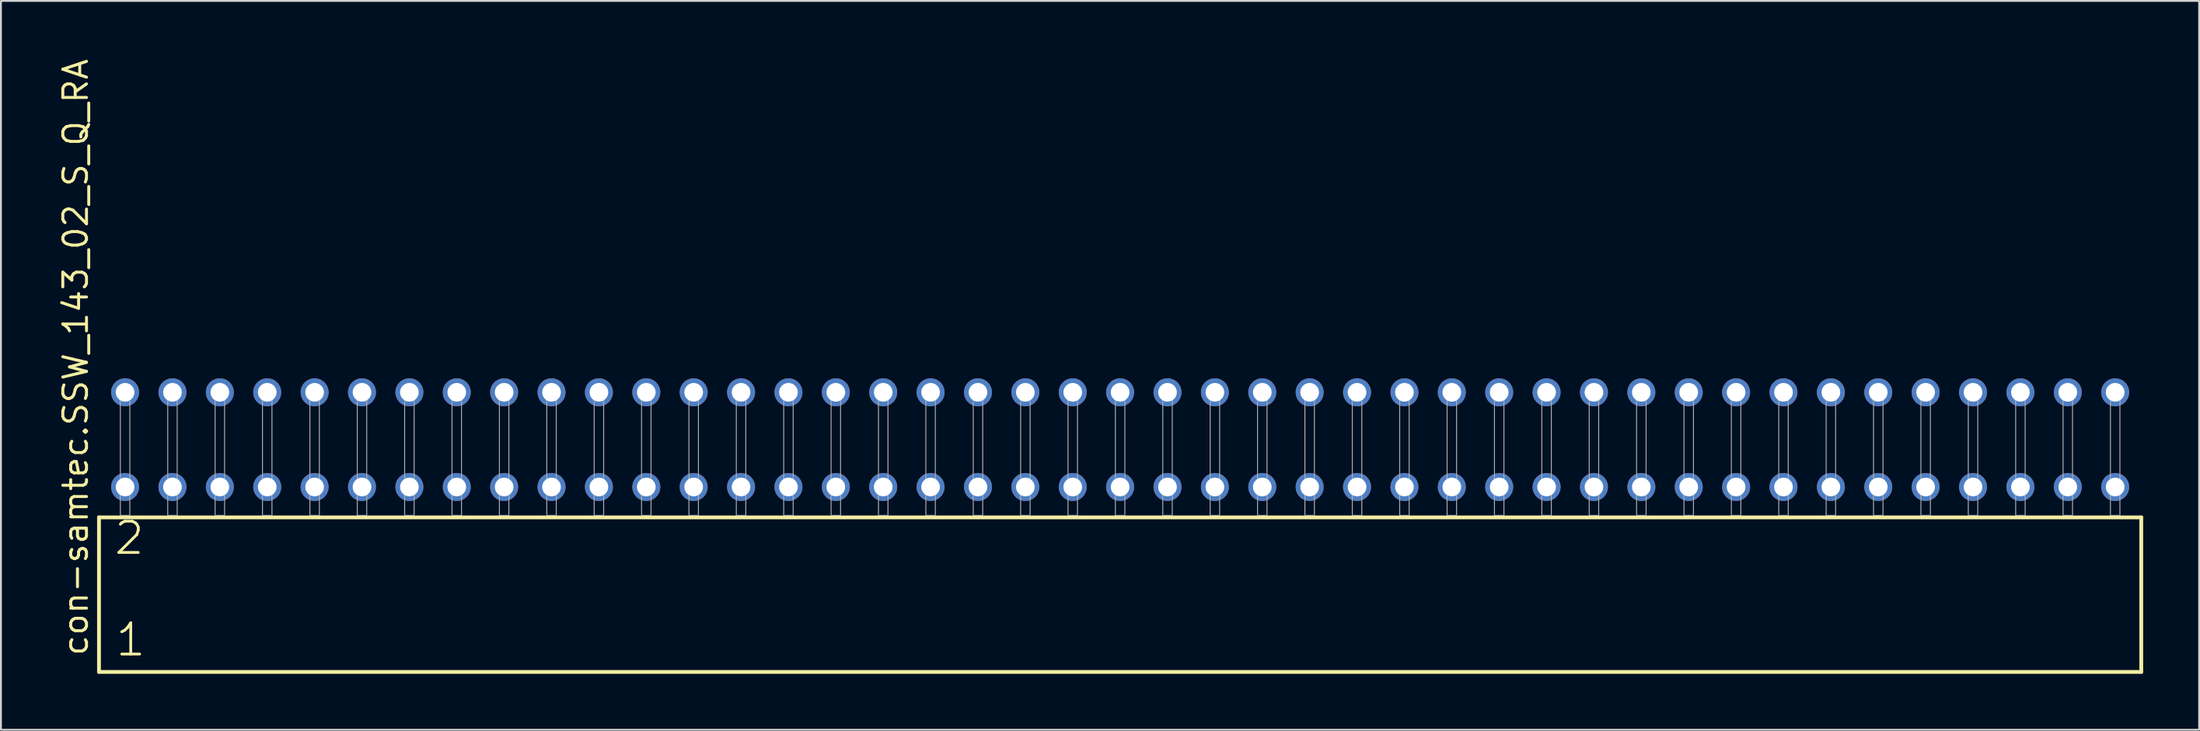
<source format=kicad_pcb>
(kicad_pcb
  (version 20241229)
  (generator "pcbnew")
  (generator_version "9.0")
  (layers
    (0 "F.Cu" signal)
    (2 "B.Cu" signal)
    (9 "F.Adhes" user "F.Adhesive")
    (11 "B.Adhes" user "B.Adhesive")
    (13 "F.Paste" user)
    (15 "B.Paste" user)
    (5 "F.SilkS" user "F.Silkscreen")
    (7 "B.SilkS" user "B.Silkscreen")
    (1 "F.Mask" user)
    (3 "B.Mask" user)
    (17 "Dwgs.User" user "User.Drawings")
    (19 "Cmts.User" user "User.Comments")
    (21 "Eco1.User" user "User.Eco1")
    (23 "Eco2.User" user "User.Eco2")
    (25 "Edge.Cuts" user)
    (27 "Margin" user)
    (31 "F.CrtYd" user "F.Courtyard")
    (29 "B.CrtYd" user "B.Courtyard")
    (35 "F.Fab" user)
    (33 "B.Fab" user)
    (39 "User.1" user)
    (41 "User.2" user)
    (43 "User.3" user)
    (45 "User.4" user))
  (footprint "con-samtec.SSW_143_02_S_Q_RA"
    (layer "F.Cu")
    (at 56.995 24.598)
    (property "Reference" "con-samtec.SSW_143_02_S_Q_RA" (at -55.245 7.62 90) (layer "F.SilkS") (effects (font (size 1.27 1.27) (thickness 0.16)) (justify left bottom)))
    (attr through_hole)
    (fp_line (start -54.739 0.106) (end -54.739 8.396) (stroke (width 0.203) (type default)) (layer "F.SilkS"))
    (fp_line (start -54.739 8.396) (end 54.739 8.396) (stroke (width 0.203) (type default)) (layer "F.SilkS"))
    (fp_line (start 54.739 0.106) (end -54.739 0.106) (stroke (width 0.203) (type default)) (layer "F.SilkS"))
    (fp_line (start 54.739 8.396) (end 54.739 0.106) (stroke (width 0.203) (type default)) (layer "F.SilkS"))
    (fp_rect (start -53.594 0) (end -53.086 -6.858) (stroke (width 0.05) (type default)) (fill no) (layer "F.Fab"))
    (fp_rect (start -51.054 0) (end -50.546 -6.858) (stroke (width 0.05) (type default)) (fill no) (layer "F.Fab"))
    (fp_rect (start -48.514 0) (end -48.006 -6.858) (stroke (width 0.05) (type default)) (fill no) (layer "F.Fab"))
    (fp_rect (start -45.974 0) (end -45.466 -6.858) (stroke (width 0.05) (type default)) (fill no) (layer "F.Fab"))
    (fp_rect (start -43.434 0) (end -42.926 -6.858) (stroke (width 0.05) (type default)) (fill no) (layer "F.Fab"))
    (fp_rect (start -40.894 0) (end -40.386 -6.858) (stroke (width 0.05) (type default)) (fill no) (layer "F.Fab"))
    (fp_rect (start -38.354 0) (end -37.846 -6.858) (stroke (width 0.05) (type default)) (fill no) (layer "F.Fab"))
    (fp_rect (start -35.814 0) (end -35.306 -6.858) (stroke (width 0.05) (type default)) (fill no) (layer "F.Fab"))
    (fp_rect (start -33.274 0) (end -32.766 -6.858) (stroke (width 0.05) (type default)) (fill no) (layer "F.Fab"))
    (fp_rect (start -30.734 0) (end -30.226 -6.858) (stroke (width 0.05) (type default)) (fill no) (layer "F.Fab"))
    (fp_rect (start -28.194 0) (end -27.686 -6.858) (stroke (width 0.05) (type default)) (fill no) (layer "F.Fab"))
    (fp_rect (start -25.654 0) (end -25.146 -6.858) (stroke (width 0.05) (type default)) (fill no) (layer "F.Fab"))
    (fp_rect (start -23.114 0) (end -22.606 -6.858) (stroke (width 0.05) (type default)) (fill no) (layer "F.Fab"))
    (fp_rect (start -20.574 0) (end -20.066 -6.858) (stroke (width 0.05) (type default)) (fill no) (layer "F.Fab"))
    (fp_rect (start -18.034 0) (end -17.526 -6.858) (stroke (width 0.05) (type default)) (fill no) (layer "F.Fab"))
    (fp_rect (start -15.494 0) (end -14.986 -6.858) (stroke (width 0.05) (type default)) (fill no) (layer "F.Fab"))
    (fp_rect (start -12.954 0) (end -12.446 -6.858) (stroke (width 0.05) (type default)) (fill no) (layer "F.Fab"))
    (fp_rect (start -10.414 0) (end -9.906 -6.858) (stroke (width 0.05) (type default)) (fill no) (layer "F.Fab"))
    (fp_rect (start -7.874 0) (end -7.366 -6.858) (stroke (width 0.05) (type default)) (fill no) (layer "F.Fab"))
    (fp_rect (start -5.334 0) (end -4.826 -6.858) (stroke (width 0.05) (type default)) (fill no) (layer "F.Fab"))
    (fp_rect (start -2.794 0) (end -2.286 -6.858) (stroke (width 0.05) (type default)) (fill no) (layer "F.Fab"))
    (fp_rect (start -0.254 0) (end 0.254 -6.858) (stroke (width 0.05) (type default)) (fill no) (layer "F.Fab"))
    (fp_rect (start 2.286 0) (end 2.794 -6.858) (stroke (width 0.05) (type default)) (fill no) (layer "F.Fab"))
    (fp_rect (start 4.826 0) (end 5.334 -6.858) (stroke (width 0.05) (type default)) (fill no) (layer "F.Fab"))
    (fp_rect (start 7.366 0) (end 7.874 -6.858) (stroke (width 0.05) (type default)) (fill no) (layer "F.Fab"))
    (fp_rect (start 9.906 0) (end 10.414 -6.858) (stroke (width 0.05) (type default)) (fill no) (layer "F.Fab"))
    (fp_rect (start 12.446 0) (end 12.954 -6.858) (stroke (width 0.05) (type default)) (fill no) (layer "F.Fab"))
    (fp_rect (start 14.986 0) (end 15.494 -6.858) (stroke (width 0.05) (type default)) (fill no) (layer "F.Fab"))
    (fp_rect (start 17.526 0) (end 18.034 -6.858) (stroke (width 0.05) (type default)) (fill no) (layer "F.Fab"))
    (fp_rect (start 20.066 0) (end 20.574 -6.858) (stroke (width 0.05) (type default)) (fill no) (layer "F.Fab"))
    (fp_rect (start 22.606 0) (end 23.114 -6.858) (stroke (width 0.05) (type default)) (fill no) (layer "F.Fab"))
    (fp_rect (start 25.146 0) (end 25.654 -6.858) (stroke (width 0.05) (type default)) (fill no) (layer "F.Fab"))
    (fp_rect (start 27.686 0) (end 28.194 -6.858) (stroke (width 0.05) (type default)) (fill no) (layer "F.Fab"))
    (fp_rect (start 30.226 0) (end 30.734 -6.858) (stroke (width 0.05) (type default)) (fill no) (layer "F.Fab"))
    (fp_rect (start 32.766 0) (end 33.274 -6.858) (stroke (width 0.05) (type default)) (fill no) (layer "F.Fab"))
    (fp_rect (start 35.306 0) (end 35.814 -6.858) (stroke (width 0.05) (type default)) (fill no) (layer "F.Fab"))
    (fp_rect (start 37.846 0) (end 38.354 -6.858) (stroke (width 0.05) (type default)) (fill no) (layer "F.Fab"))
    (fp_rect (start 40.386 0) (end 40.894 -6.858) (stroke (width 0.05) (type default)) (fill no) (layer "F.Fab"))
    (fp_rect (start 42.926 0) (end 43.434 -6.858) (stroke (width 0.05) (type default)) (fill no) (layer "F.Fab"))
    (fp_rect (start 45.466 0) (end 45.974 -6.858) (stroke (width 0.05) (type default)) (fill no) (layer "F.Fab"))
    (fp_rect (start 48.006 0) (end 48.514 -6.858) (stroke (width 0.05) (type default)) (fill no) (layer "F.Fab"))
    (fp_rect (start 50.546 0) (end 51.054 -6.858) (stroke (width 0.05) (type default)) (fill no) (layer "F.Fab"))
    (fp_rect (start 53.086 0) (end 53.594 -6.858) (stroke (width 0.05) (type default)) (fill no) (layer "F.Fab"))
    (fp_text user "2" (at -54.01 2.2 0) (layer "F.SilkS") (effects (font (size 1.676 1.676) (thickness 0.15)) (justify left bottom)))
    (fp_text user "1" (at -53.935 7.65 0) (layer "F.SilkS") (effects (font (size 1.676 1.676) (thickness 0.15)) (justify left bottom)))
    (pad "1" thru_hole circle (at -53.34 -1.524) (size 1.5 1.5) (drill 1) (layers "*.Cu" "*.Mask"))
    (pad "2" thru_hole circle (at -53.34 -6.604) (size 1.5 1.5) (drill 1) (layers "*.Cu" "*.Mask"))
    (pad "3" thru_hole circle (at -50.8 -1.524) (size 1.5 1.5) (drill 1) (layers "*.Cu" "*.Mask"))
    (pad "4" thru_hole circle (at -50.8 -6.604) (size 1.5 1.5) (drill 1) (layers "*.Cu" "*.Mask"))
    (pad "5" thru_hole circle (at -48.26 -1.524) (size 1.5 1.5) (drill 1) (layers "*.Cu" "*.Mask"))
    (pad "6" thru_hole circle (at -48.26 -6.604) (size 1.5 1.5) (drill 1) (layers "*.Cu" "*.Mask"))
    (pad "7" thru_hole circle (at -45.72 -1.524) (size 1.5 1.5) (drill 1) (layers "*.Cu" "*.Mask"))
    (pad "8" thru_hole circle (at -45.72 -6.604) (size 1.5 1.5) (drill 1) (layers "*.Cu" "*.Mask"))
    (pad "9" thru_hole circle (at -43.18 -1.524) (size 1.5 1.5) (drill 1) (layers "*.Cu" "*.Mask"))
    (pad "10" thru_hole circle (at -43.18 -6.604) (size 1.5 1.5) (drill 1) (layers "*.Cu" "*.Mask"))
    (pad "11" thru_hole circle (at -40.64 -1.524) (size 1.5 1.5) (drill 1) (layers "*.Cu" "*.Mask"))
    (pad "12" thru_hole circle (at -40.64 -6.604) (size 1.5 1.5) (drill 1) (layers "*.Cu" "*.Mask"))
    (pad "13" thru_hole circle (at -38.1 -1.524) (size 1.5 1.5) (drill 1) (layers "*.Cu" "*.Mask"))
    (pad "14" thru_hole circle (at -38.1 -6.604) (size 1.5 1.5) (drill 1) (layers "*.Cu" "*.Mask"))
    (pad "15" thru_hole circle (at -35.56 -1.524) (size 1.5 1.5) (drill 1) (layers "*.Cu" "*.Mask"))
    (pad "16" thru_hole circle (at -35.56 -6.604) (size 1.5 1.5) (drill 1) (layers "*.Cu" "*.Mask"))
    (pad "17" thru_hole circle (at -33.02 -1.524) (size 1.5 1.5) (drill 1) (layers "*.Cu" "*.Mask"))
    (pad "18" thru_hole circle (at -33.02 -6.604) (size 1.5 1.5) (drill 1) (layers "*.Cu" "*.Mask"))
    (pad "19" thru_hole circle (at -30.48 -1.524) (size 1.5 1.5) (drill 1) (layers "*.Cu" "*.Mask"))
    (pad "20" thru_hole circle (at -30.48 -6.604) (size 1.5 1.5) (drill 1) (layers "*.Cu" "*.Mask"))
    (pad "21" thru_hole circle (at -27.94 -1.524) (size 1.5 1.5) (drill 1) (layers "*.Cu" "*.Mask"))
    (pad "22" thru_hole circle (at -27.94 -6.604) (size 1.5 1.5) (drill 1) (layers "*.Cu" "*.Mask"))
    (pad "23" thru_hole circle (at -25.4 -1.524) (size 1.5 1.5) (drill 1) (layers "*.Cu" "*.Mask"))
    (pad "24" thru_hole circle (at -25.4 -6.604) (size 1.5 1.5) (drill 1) (layers "*.Cu" "*.Mask"))
    (pad "25" thru_hole circle (at -22.86 -1.524) (size 1.5 1.5) (drill 1) (layers "*.Cu" "*.Mask"))
    (pad "26" thru_hole circle (at -22.86 -6.604) (size 1.5 1.5) (drill 1) (layers "*.Cu" "*.Mask"))
    (pad "27" thru_hole circle (at -20.32 -1.524) (size 1.5 1.5) (drill 1) (layers "*.Cu" "*.Mask"))
    (pad "28" thru_hole circle (at -20.32 -6.604) (size 1.5 1.5) (drill 1) (layers "*.Cu" "*.Mask"))
    (pad "29" thru_hole circle (at -17.78 -1.524) (size 1.5 1.5) (drill 1) (layers "*.Cu" "*.Mask"))
    (pad "30" thru_hole circle (at -17.78 -6.604) (size 1.5 1.5) (drill 1) (layers "*.Cu" "*.Mask"))
    (pad "31" thru_hole circle (at -15.24 -1.524) (size 1.5 1.5) (drill 1) (layers "*.Cu" "*.Mask"))
    (pad "32" thru_hole circle (at -15.24 -6.604) (size 1.5 1.5) (drill 1) (layers "*.Cu" "*.Mask"))
    (pad "33" thru_hole circle (at -12.7 -1.524) (size 1.5 1.5) (drill 1) (layers "*.Cu" "*.Mask"))
    (pad "34" thru_hole circle (at -12.7 -6.604) (size 1.5 1.5) (drill 1) (layers "*.Cu" "*.Mask"))
    (pad "35" thru_hole circle (at -10.16 -1.524) (size 1.5 1.5) (drill 1) (layers "*.Cu" "*.Mask"))
    (pad "36" thru_hole circle (at -10.16 -6.604) (size 1.5 1.5) (drill 1) (layers "*.Cu" "*.Mask"))
    (pad "37" thru_hole circle (at -7.62 -1.524) (size 1.5 1.5) (drill 1) (layers "*.Cu" "*.Mask"))
    (pad "38" thru_hole circle (at -7.62 -6.604) (size 1.5 1.5) (drill 1) (layers "*.Cu" "*.Mask"))
    (pad "39" thru_hole circle (at -5.08 -1.524) (size 1.5 1.5) (drill 1) (layers "*.Cu" "*.Mask"))
    (pad "40" thru_hole circle (at -5.08 -6.604) (size 1.5 1.5) (drill 1) (layers "*.Cu" "*.Mask"))
    (pad "41" thru_hole circle (at -2.54 -1.524) (size 1.5 1.5) (drill 1) (layers "*.Cu" "*.Mask"))
    (pad "42" thru_hole circle (at -2.54 -6.604) (size 1.5 1.5) (drill 1) (layers "*.Cu" "*.Mask"))
    (pad "43" thru_hole circle (at 0 -1.524) (size 1.5 1.5) (drill 1) (layers "*.Cu" "*.Mask"))
    (pad "44" thru_hole circle (at 0 -6.604) (size 1.5 1.5) (drill 1) (layers "*.Cu" "*.Mask"))
    (pad "45" thru_hole circle (at 2.54 -1.524) (size 1.5 1.5) (drill 1) (layers "*.Cu" "*.Mask"))
    (pad "46" thru_hole circle (at 2.54 -6.604) (size 1.5 1.5) (drill 1) (layers "*.Cu" "*.Mask"))
    (pad "47" thru_hole circle (at 5.08 -1.524) (size 1.5 1.5) (drill 1) (layers "*.Cu" "*.Mask"))
    (pad "48" thru_hole circle (at 5.08 -6.604) (size 1.5 1.5) (drill 1) (layers "*.Cu" "*.Mask"))
    (pad "49" thru_hole circle (at 7.62 -1.524) (size 1.5 1.5) (drill 1) (layers "*.Cu" "*.Mask"))
    (pad "50" thru_hole circle (at 7.62 -6.604) (size 1.5 1.5) (drill 1) (layers "*.Cu" "*.Mask"))
    (pad "51" thru_hole circle (at 10.16 -1.524) (size 1.5 1.5) (drill 1) (layers "*.Cu" "*.Mask"))
    (pad "52" thru_hole circle (at 10.16 -6.604) (size 1.5 1.5) (drill 1) (layers "*.Cu" "*.Mask"))
    (pad "53" thru_hole circle (at 12.7 -1.524) (size 1.5 1.5) (drill 1) (layers "*.Cu" "*.Mask"))
    (pad "54" thru_hole circle (at 12.7 -6.604) (size 1.5 1.5) (drill 1) (layers "*.Cu" "*.Mask"))
    (pad "55" thru_hole circle (at 15.24 -1.524) (size 1.5 1.5) (drill 1) (layers "*.Cu" "*.Mask"))
    (pad "56" thru_hole circle (at 15.24 -6.604) (size 1.5 1.5) (drill 1) (layers "*.Cu" "*.Mask"))
    (pad "57" thru_hole circle (at 17.78 -1.524) (size 1.5 1.5) (drill 1) (layers "*.Cu" "*.Mask"))
    (pad "58" thru_hole circle (at 17.78 -6.604) (size 1.5 1.5) (drill 1) (layers "*.Cu" "*.Mask"))
    (pad "59" thru_hole circle (at 20.32 -1.524) (size 1.5 1.5) (drill 1) (layers "*.Cu" "*.Mask"))
    (pad "60" thru_hole circle (at 20.32 -6.604) (size 1.5 1.5) (drill 1) (layers "*.Cu" "*.Mask"))
    (pad "61" thru_hole circle (at 22.86 -1.524) (size 1.5 1.5) (drill 1) (layers "*.Cu" "*.Mask"))
    (pad "62" thru_hole circle (at 22.86 -6.604) (size 1.5 1.5) (drill 1) (layers "*.Cu" "*.Mask"))
    (pad "63" thru_hole circle (at 25.4 -1.524) (size 1.5 1.5) (drill 1) (layers "*.Cu" "*.Mask"))
    (pad "64" thru_hole circle (at 25.4 -6.604) (size 1.5 1.5) (drill 1) (layers "*.Cu" "*.Mask"))
    (pad "65" thru_hole circle (at 27.94 -1.524) (size 1.5 1.5) (drill 1) (layers "*.Cu" "*.Mask"))
    (pad "66" thru_hole circle (at 27.94 -6.604) (size 1.5 1.5) (drill 1) (layers "*.Cu" "*.Mask"))
    (pad "67" thru_hole circle (at 30.48 -1.524) (size 1.5 1.5) (drill 1) (layers "*.Cu" "*.Mask"))
    (pad "68" thru_hole circle (at 30.48 -6.604) (size 1.5 1.5) (drill 1) (layers "*.Cu" "*.Mask"))
    (pad "69" thru_hole circle (at 33.02 -1.524) (size 1.5 1.5) (drill 1) (layers "*.Cu" "*.Mask"))
    (pad "70" thru_hole circle (at 33.02 -6.604) (size 1.5 1.5) (drill 1) (layers "*.Cu" "*.Mask"))
    (pad "71" thru_hole circle (at 35.56 -1.524) (size 1.5 1.5) (drill 1) (layers "*.Cu" "*.Mask"))
    (pad "72" thru_hole circle (at 35.56 -6.604) (size 1.5 1.5) (drill 1) (layers "*.Cu" "*.Mask"))
    (pad "73" thru_hole circle (at 38.1 -1.524) (size 1.5 1.5) (drill 1) (layers "*.Cu" "*.Mask"))
    (pad "74" thru_hole circle (at 38.1 -6.604) (size 1.5 1.5) (drill 1) (layers "*.Cu" "*.Mask"))
    (pad "75" thru_hole circle (at 40.64 -1.524) (size 1.5 1.5) (drill 1) (layers "*.Cu" "*.Mask"))
    (pad "76" thru_hole circle (at 40.64 -6.604) (size 1.5 1.5) (drill 1) (layers "*.Cu" "*.Mask"))
    (pad "77" thru_hole circle (at 43.18 -1.524) (size 1.5 1.5) (drill 1) (layers "*.Cu" "*.Mask"))
    (pad "78" thru_hole circle (at 43.18 -6.604) (size 1.5 1.5) (drill 1) (layers "*.Cu" "*.Mask"))
    (pad "79" thru_hole circle (at 45.72 -1.524) (size 1.5 1.5) (drill 1) (layers "*.Cu" "*.Mask"))
    (pad "80" thru_hole circle (at 45.72 -6.604) (size 1.5 1.5) (drill 1) (layers "*.Cu" "*.Mask"))
    (pad "81" thru_hole circle (at 48.26 -1.524) (size 1.5 1.5) (drill 1) (layers "*.Cu" "*.Mask"))
    (pad "82" thru_hole circle (at 48.26 -6.604) (size 1.5 1.5) (drill 1) (layers "*.Cu" "*.Mask"))
    (pad "83" thru_hole circle (at 50.8 -1.524) (size 1.5 1.5) (drill 1) (layers "*.Cu" "*.Mask"))
    (pad "84" thru_hole circle (at 50.8 -6.604) (size 1.5 1.5) (drill 1) (layers "*.Cu" "*.Mask"))
    (pad "85" thru_hole circle (at 53.34 -1.524) (size 1.5 1.5) (drill 1) (layers "*.Cu" "*.Mask"))
    (pad "86" thru_hole circle (at 53.34 -6.604) (size 1.5 1.5) (drill 1) (layers "*.Cu" "*.Mask")))
  (gr_rect
    (start -3 -3)
    (end 114.836 36.096)
    (stroke (width 0.1) (type default))
    (fill no)
    (layer "Edge.Cuts")))
</source>
